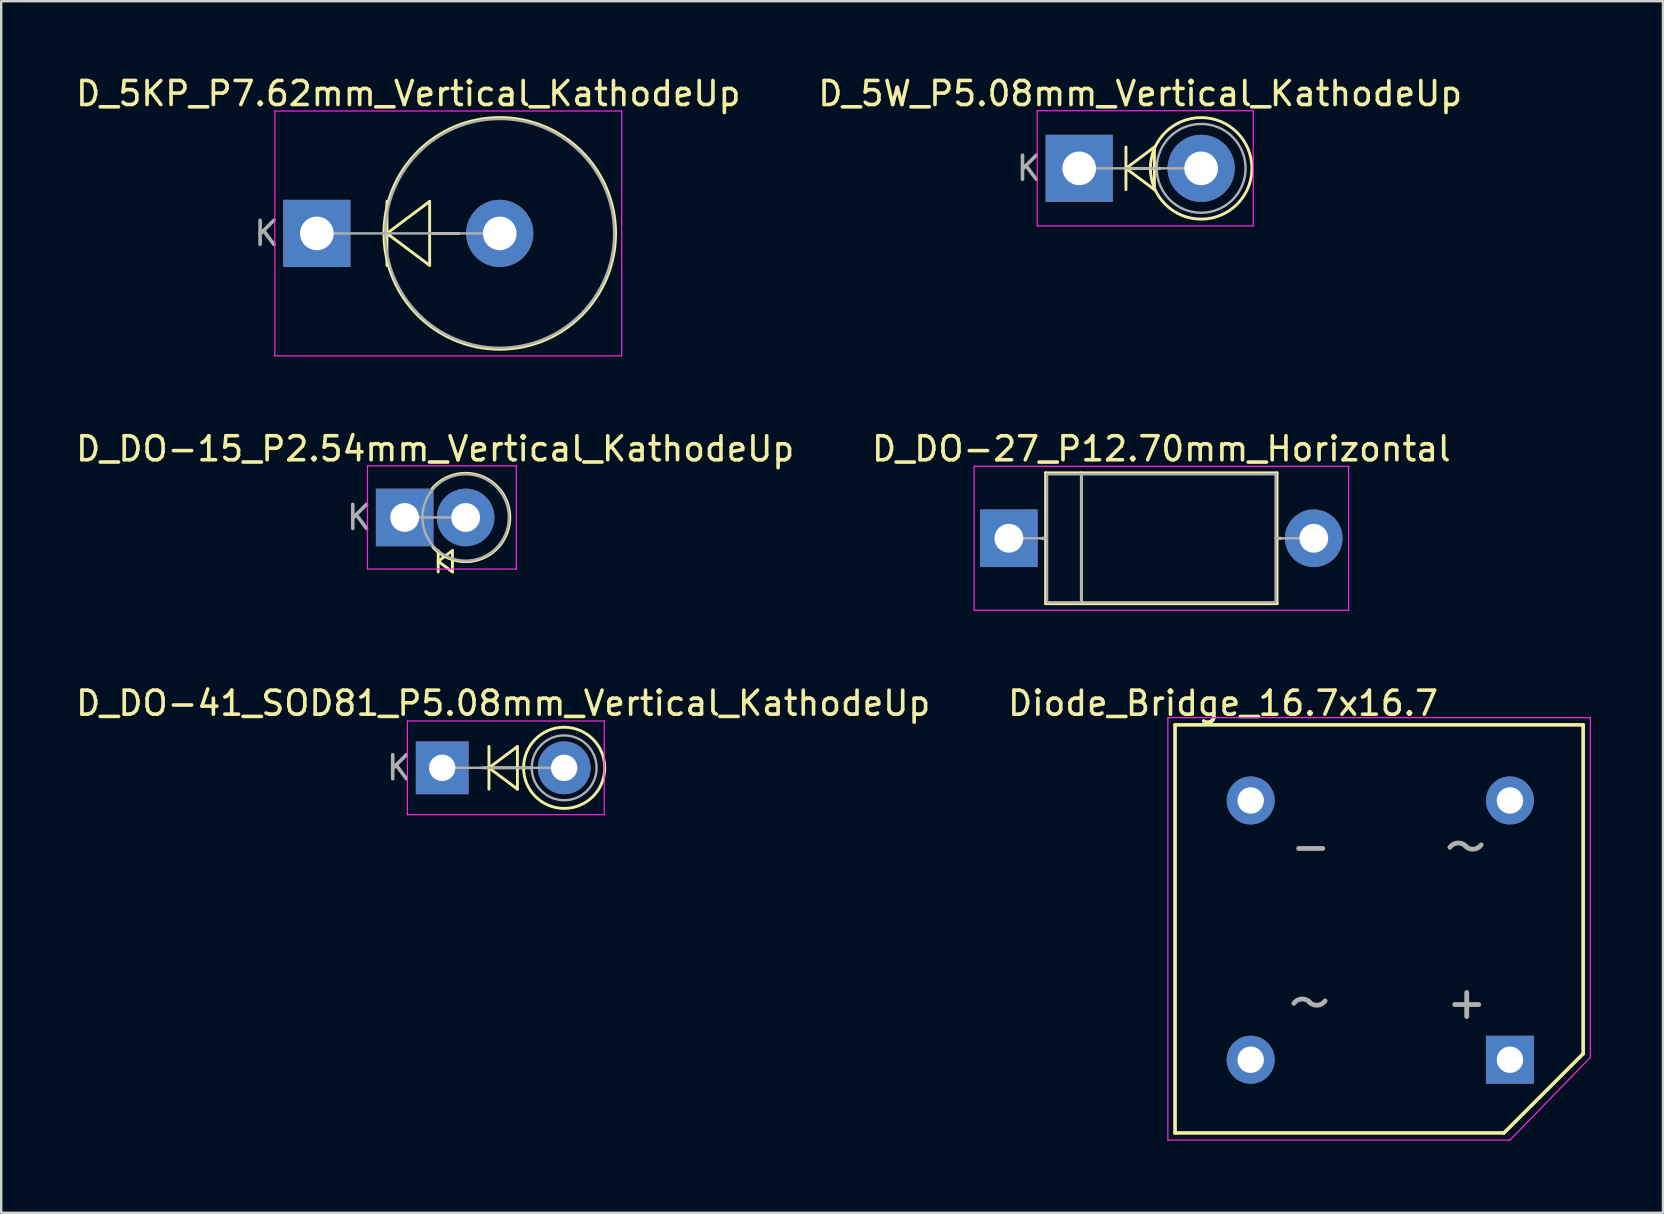
<source format=kicad_pcb>
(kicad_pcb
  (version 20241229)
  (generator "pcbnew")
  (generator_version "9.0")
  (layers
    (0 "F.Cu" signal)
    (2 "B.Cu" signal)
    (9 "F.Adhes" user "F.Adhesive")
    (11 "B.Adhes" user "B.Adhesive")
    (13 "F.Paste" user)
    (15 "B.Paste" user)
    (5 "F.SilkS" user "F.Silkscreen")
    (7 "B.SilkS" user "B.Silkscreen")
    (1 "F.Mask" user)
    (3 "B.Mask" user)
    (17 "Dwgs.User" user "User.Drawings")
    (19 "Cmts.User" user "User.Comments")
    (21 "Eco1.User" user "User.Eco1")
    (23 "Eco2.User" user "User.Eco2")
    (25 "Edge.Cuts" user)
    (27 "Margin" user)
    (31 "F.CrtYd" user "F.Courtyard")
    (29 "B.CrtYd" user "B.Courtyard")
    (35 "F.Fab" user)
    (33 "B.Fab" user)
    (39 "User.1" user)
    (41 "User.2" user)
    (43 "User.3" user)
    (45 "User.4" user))
  (footprint "D_DO-15_P2.54mm_Vertical_KathodeUp"
    (layer "F.Cu")
    (at 13.807 18.506)
    (property "Reference" "D_DO-15_P2.54mm_Vertical_KathodeUp" (at 1.27 -2.86 0) (layer "F.SilkS") (effects (font (size 1 1) (thickness 0.15))))
    (attr through_hole)
    (fp_line (start 1.397 1.38) (end 1.397 2.269) (stroke (width 0.12) (type solid)) (layer "F.SilkS"))
    (fp_line (start 1.397 1.825) (end 1.99 1.38) (stroke (width 0.12) (type solid)) (layer "F.SilkS"))
    (fp_line (start 1.99 1.38) (end 1.99 2.269) (stroke (width 0.12) (type solid)) (layer "F.SilkS"))
    (fp_line (start 1.99 2.269) (end 1.397 1.825) (stroke (width 0.12) (type solid)) (layer "F.SilkS"))
    (fp_arc (start 1.144758 -1.2) (mid 4.380161 -0.022557) (end 1.174592 1.23384) (stroke (width 0.12) (type solid)) (layer "F.SilkS"))
    (fp_line (start -1.55 -2.15) (end -1.55 2.15) (stroke (width 0.05) (type solid)) (layer "F.CrtYd"))
    (fp_line (start -1.55 2.15) (end 4.65 2.15) (stroke (width 0.05) (type solid)) (layer "F.CrtYd"))
    (fp_line (start 4.65 -2.15) (end -1.55 -2.15) (stroke (width 0.05) (type solid)) (layer "F.CrtYd"))
    (fp_line (start 4.65 2.15) (end 4.65 -2.15) (stroke (width 0.05) (type solid)) (layer "F.CrtYd"))
    (fp_line (start 0 0) (end 2.54 0) (stroke (width 0.1) (type solid)) (layer "F.Fab"))
    (fp_circle (center 2.54 0) (end 4.34 0) (stroke (width 0.1) (type solid)) (fill no) (layer "F.Fab"))
    (fp_text user "K" (at -1.9 0 0) (layer "F.Fab") (effects (font (size 1 1) (thickness 0.15))))
    (pad "1" thru_hole rect (at 0 0) (size 2.4 2.4) (drill 1.2) (layers "*.Cu" "*.Mask"))
    (pad "2" thru_hole oval (at 2.54 0) (size 2.4 2.4) (drill 1.2) (layers "*.Cu" "*.Mask")))
  (footprint "D_5W_P5.08mm_Vertical_KathodeUp"
    (layer "F.Cu")
    (at 41.906 3.963)
    (property "Reference" "D_5W_P5.08mm_Vertical_KathodeUp" (at 2.54 -3.115 0) (layer "F.SilkS") (effects (font (size 1 1) (thickness 0.15))))
    (attr through_hole)
    (fp_line (start 1.947 -0.889) (end 1.947 0.889) (stroke (width 0.12) (type solid)) (layer "F.SilkS"))
    (fp_line (start 1.947 0) (end 3.133 -0.889) (stroke (width 0.12) (type solid)) (layer "F.SilkS"))
    (fp_line (start 2.115 0) (end 3.38 0) (stroke (width 0.12) (type solid)) (layer "F.SilkS"))
    (fp_line (start 3.133 -0.889) (end 3.133 0.889) (stroke (width 0.12) (type solid)) (layer "F.SilkS"))
    (fp_line (start 3.133 0.889) (end 1.947 0) (stroke (width 0.12) (type solid)) (layer "F.SilkS"))
    (fp_circle (center 5.08 0) (end 7.195 0) (stroke (width 0.12) (type solid)) (fill no) (layer "F.SilkS"))
    (fp_line (start -1.75 -2.4) (end -1.75 2.4) (stroke (width 0.05) (type solid)) (layer "F.CrtYd"))
    (fp_line (start -1.75 2.4) (end 7.25 2.4) (stroke (width 0.05) (type solid)) (layer "F.CrtYd"))
    (fp_line (start 7.25 -2.4) (end -1.75 -2.4) (stroke (width 0.05) (type solid)) (layer "F.CrtYd"))
    (fp_line (start 7.25 2.4) (end 7.25 -2.4) (stroke (width 0.05) (type solid)) (layer "F.CrtYd"))
    (fp_line (start 0 0) (end 5.08 0) (stroke (width 0.1) (type solid)) (layer "F.Fab"))
    (fp_circle (center 5.08 0) (end 6.93 0) (stroke (width 0.1) (type solid)) (fill no) (layer "F.Fab"))
    (fp_text user "K" (at -2.1 0 0) (layer "F.Fab") (effects (font (size 1 1) (thickness 0.15))))
    (pad "1" thru_hole rect (at 0 0) (size 2.8 2.8) (drill 1.4) (layers "*.Cu" "*.Mask"))
    (pad "2" thru_hole oval (at 5.08 0) (size 2.8 2.8) (drill 1.4) (layers "*.Cu" "*.Mask")))
  (footprint "Diode_Bridge_16.7x16.7"
    (layer "F.Cu")
    (at 49.049 30.295)
    (property "Reference" "Diode_Bridge_16.7x16.7" (at -1.15 -4.05 0) (layer "F.SilkS") (effects (font (size 1 1) (thickness 0.15))))
    (attr through_hole)
    (fp_line (start -3.15 -3.15) (end 13.85 -3.15) (stroke (width 0.15) (type solid)) (layer "F.SilkS"))
    (fp_line (start -3.15 13.85) (end -3.15 -3.15) (stroke (width 0.15) (type solid)) (layer "F.SilkS"))
    (fp_line (start 10.55 13.85) (end -3.15 13.85) (stroke (width 0.15) (type solid)) (layer "F.SilkS"))
    (fp_line (start 13.85 -3.15) (end 13.85 10.55) (stroke (width 0.15) (type solid)) (layer "F.SilkS"))
    (fp_line (start 13.85 10.55) (end 10.55 13.85) (stroke (width 0.15) (type solid)) (layer "F.SilkS"))
    (fp_line (start -3.45 -3.45) (end 14.15 -3.45) (stroke (width 0.05) (type solid)) (layer "F.CrtYd"))
    (fp_line (start -3.45 14.15) (end -3.45 -3.45) (stroke (width 0.05) (type solid)) (layer "F.CrtYd"))
    (fp_line (start 10.8 14.15) (end -3.45 14.15) (stroke (width 0.05) (type solid)) (layer "F.CrtYd"))
    (fp_line (start 14.15 -3.45) (end 14.15 10.7) (stroke (width 0.05) (type solid)) (layer "F.CrtYd"))
    (fp_line (start 14.15 10.7) (end 10.8 14.15) (stroke (width 0.05) (type solid)) (layer "F.CrtYd"))
    (fp_line (start 2 2) (end 3 2) (stroke (width 0.2) (type solid)) (layer "F.Fab"))
    (fp_line (start 8.5 8.5) (end 9.5 8.5) (stroke (width 0.2) (type solid)) (layer "F.Fab"))
    (fp_line (start 9 8) (end 9 9) (stroke (width 0.2) (type solid)) (layer "F.Fab"))
    (fp_arc (start 1.8 8.45) (mid 2.116535 8.271188) (end 2.456979 8.398729) (stroke (width 0.2) (type solid)) (layer "F.Fab"))
    (fp_arc (start 3.1 8.35) (mid 2.783465 8.528812) (end 2.443021 8.401271) (stroke (width 0.2) (type solid)) (layer "F.Fab"))
    (fp_arc (start 8.3 1.95) (mid 8.616535 1.771188) (end 8.956979 1.898729) (stroke (width 0.2) (type solid)) (layer "F.Fab"))
    (fp_arc (start 9.6 1.85) (mid 9.283465 2.028812) (end 8.943021 1.901271) (stroke (width 0.2) (type solid)) (layer "F.Fab"))
    (pad "1" thru_hole circle (at 0 0) (size 2 2) (drill 1.1) (layers "*.Cu" "*.Mask"))
    (pad "2" thru_hole circle (at 0 10.8) (size 2 2) (drill 1.1) (layers "*.Cu" "*.Mask"))
    (pad "3" thru_hole rect (at 10.8 10.8) (size 2 2) (drill 1.1) (layers "*.Cu" "*.Mask"))
    (pad "4" thru_hole circle (at 10.8 0) (size 2 2) (drill 1.1) (layers "*.Cu" "*.Mask")))
  (footprint "D_5KP_P7.62mm_Vertical_KathodeUp"
    (layer "F.Cu")
    (at 10.148 6.673)
    (property "Reference" "D_5KP_P7.62mm_Vertical_KathodeUp" (at 3.81 -5.825 0) (layer "F.SilkS") (effects (font (size 1 1) (thickness 0.15))))
    (attr through_hole)
    (fp_line (start 2.921 -1.333) (end 2.921 1.333) (stroke (width 0.12) (type solid)) (layer "F.SilkS"))
    (fp_line (start 2.921 0) (end 4.699 -1.333) (stroke (width 0.12) (type solid)) (layer "F.SilkS"))
    (fp_line (start 4.699 -1.333) (end 4.699 1.333) (stroke (width 0.12) (type solid)) (layer "F.SilkS"))
    (fp_line (start 4.699 1.333) (end 2.921 0) (stroke (width 0.12) (type solid)) (layer "F.SilkS"))
    (fp_line (start 4.825 0) (end 5.92 0) (stroke (width 0.12) (type solid)) (layer "F.SilkS"))
    (fp_circle (center 7.62 0) (end 12.445 0) (stroke (width 0.12) (type solid)) (fill no) (layer "F.SilkS"))
    (fp_line (start -1.75 -5.1) (end -1.75 5.1) (stroke (width 0.05) (type solid)) (layer "F.CrtYd"))
    (fp_line (start -1.75 5.1) (end 12.7 5.1) (stroke (width 0.05) (type solid)) (layer "F.CrtYd"))
    (fp_line (start 12.7 -5.1) (end -1.75 -5.1) (stroke (width 0.05) (type solid)) (layer "F.CrtYd"))
    (fp_line (start 12.7 5.1) (end 12.7 -5.1) (stroke (width 0.05) (type solid)) (layer "F.CrtYd"))
    (fp_line (start 0 0) (end 7.62 0) (stroke (width 0.1) (type solid)) (layer "F.Fab"))
    (fp_circle (center 7.62 0) (end 12.385 0) (stroke (width 0.1) (type solid)) (fill no) (layer "F.Fab"))
    (fp_text user "K" (at -2.1 0 0) (layer "F.Fab") (effects (font (size 1 1) (thickness 0.15))))
    (pad "1" thru_hole rect (at 0 0) (size 2.8 2.8) (drill 1.4) (layers "*.Cu" "*.Mask"))
    (pad "2" thru_hole oval (at 7.62 0) (size 2.8 2.8) (drill 1.4) (layers "*.Cu" "*.Mask")))
  (footprint "D_DO-41_SOD81_P5.08mm_Vertical_KathodeUp"
    (layer "F.Cu")
    (at 15.371 28.935)
    (property "Reference" "D_DO-41_SOD81_P5.08mm_Vertical_KathodeUp" (at 2.54 -2.691 0) (layer "F.SilkS") (effects (font (size 1 1) (thickness 0.15))))
    (attr through_hole)
    (fp_line (start 1.691 0) (end 3.68 0) (stroke (width 0.12) (type solid)) (layer "F.SilkS"))
    (fp_line (start 1.947 -0.889) (end 1.947 0.889) (stroke (width 0.12) (type solid)) (layer "F.SilkS"))
    (fp_line (start 1.947 0) (end 3.133 -0.889) (stroke (width 0.12) (type solid)) (layer "F.SilkS"))
    (fp_line (start 3.133 -0.889) (end 3.133 0.889) (stroke (width 0.12) (type solid)) (layer "F.SilkS"))
    (fp_line (start 3.133 0.889) (end 1.947 0) (stroke (width 0.12) (type solid)) (layer "F.SilkS"))
    (fp_circle (center 5.08 0) (end 6.771 0) (stroke (width 0.12) (type solid)) (fill no) (layer "F.SilkS"))
    (fp_line (start -1.45 -1.95) (end -1.45 1.95) (stroke (width 0.05) (type solid)) (layer "F.CrtYd"))
    (fp_line (start -1.45 1.95) (end 6.75 1.95) (stroke (width 0.05) (type solid)) (layer "F.CrtYd"))
    (fp_line (start 6.75 -1.95) (end -1.45 -1.95) (stroke (width 0.05) (type solid)) (layer "F.CrtYd"))
    (fp_line (start 6.75 1.95) (end 6.75 -1.95) (stroke (width 0.05) (type solid)) (layer "F.CrtYd"))
    (fp_line (start 0 0) (end 5.08 0) (stroke (width 0.1) (type solid)) (layer "F.Fab"))
    (fp_circle (center 5.08 0) (end 6.43 0) (stroke (width 0.1) (type solid)) (fill no) (layer "F.Fab"))
    (fp_text user "K" (at -1.8 0 0) (layer "F.Fab") (effects (font (size 1 1) (thickness 0.15))))
    (pad "1" thru_hole rect (at 0 0) (size 2.2 2.2) (drill 1.1) (layers "*.Cu" "*.Mask"))
    (pad "2" thru_hole oval (at 5.08 0) (size 2.2 2.2) (drill 1.1) (layers "*.Cu" "*.Mask")))
  (footprint "D_DO-27_P12.70mm_Horizontal"
    (layer "F.Cu")
    (at 38.977 19.372)
    (property "Reference" "D_DO-27_P12.70mm_Horizontal" (at 6.35 -3.725 0) (layer "F.SilkS") (effects (font (size 1 1) (thickness 0.15))))
    (attr through_hole)
    (fp_line (start 1.38 0) (end 1.53 0) (stroke (width 0.12) (type solid)) (layer "F.SilkS"))
    (fp_line (start 1.53 -2.725) (end 1.53 2.725) (stroke (width 0.12) (type solid)) (layer "F.SilkS"))
    (fp_line (start 1.53 2.725) (end 11.17 2.725) (stroke (width 0.12) (type solid)) (layer "F.SilkS"))
    (fp_line (start 3.018 -2.725) (end 3.018 2.725) (stroke (width 0.12) (type solid)) (layer "F.SilkS"))
    (fp_line (start 11.17 -2.725) (end 1.53 -2.725) (stroke (width 0.12) (type solid)) (layer "F.SilkS"))
    (fp_line (start 11.17 2.725) (end 11.17 -2.725) (stroke (width 0.12) (type solid)) (layer "F.SilkS"))
    (fp_line (start 11.32 0) (end 11.17 0) (stroke (width 0.12) (type solid)) (layer "F.SilkS"))
    (fp_line (start -1.45 -3) (end -1.45 3) (stroke (width 0.05) (type solid)) (layer "F.CrtYd"))
    (fp_line (start -1.45 3) (end 14.15 3) (stroke (width 0.05) (type solid)) (layer "F.CrtYd"))
    (fp_line (start 14.15 -3) (end -1.45 -3) (stroke (width 0.05) (type solid)) (layer "F.CrtYd"))
    (fp_line (start 14.15 3) (end 14.15 -3) (stroke (width 0.05) (type solid)) (layer "F.CrtYd"))
    (fp_line (start 0 0) (end 1.59 0) (stroke (width 0.1) (type solid)) (layer "F.Fab"))
    (fp_line (start 1.59 -2.665) (end 1.59 2.665) (stroke (width 0.1) (type solid)) (layer "F.Fab"))
    (fp_line (start 1.59 2.665) (end 11.11 2.665) (stroke (width 0.1) (type solid)) (layer "F.Fab"))
    (fp_line (start 3.018 -2.665) (end 3.018 2.665) (stroke (width 0.1) (type solid)) (layer "F.Fab"))
    (fp_line (start 11.11 -2.665) (end 1.59 -2.665) (stroke (width 0.1) (type solid)) (layer "F.Fab"))
    (fp_line (start 11.11 2.665) (end 11.11 -2.665) (stroke (width 0.1) (type solid)) (layer "F.Fab"))
    (fp_line (start 12.7 0) (end 11.11 0) (stroke (width 0.1) (type solid)) (layer "F.Fab"))
    (pad "1" thru_hole rect (at 0 0) (size 2.4 2.4) (drill 1.2) (layers "*.Cu" "*.Mask"))
    (pad "2" thru_hole oval (at 12.7 0) (size 2.4 2.4) (drill 1.2) (layers "*.Cu" "*.Mask")))
  (gr_rect
    (start -3 -3)
    (end 66.224 47.47)
    (stroke (width 0.1) (type default))
    (fill no)
    (layer "Edge.Cuts")))
</source>
